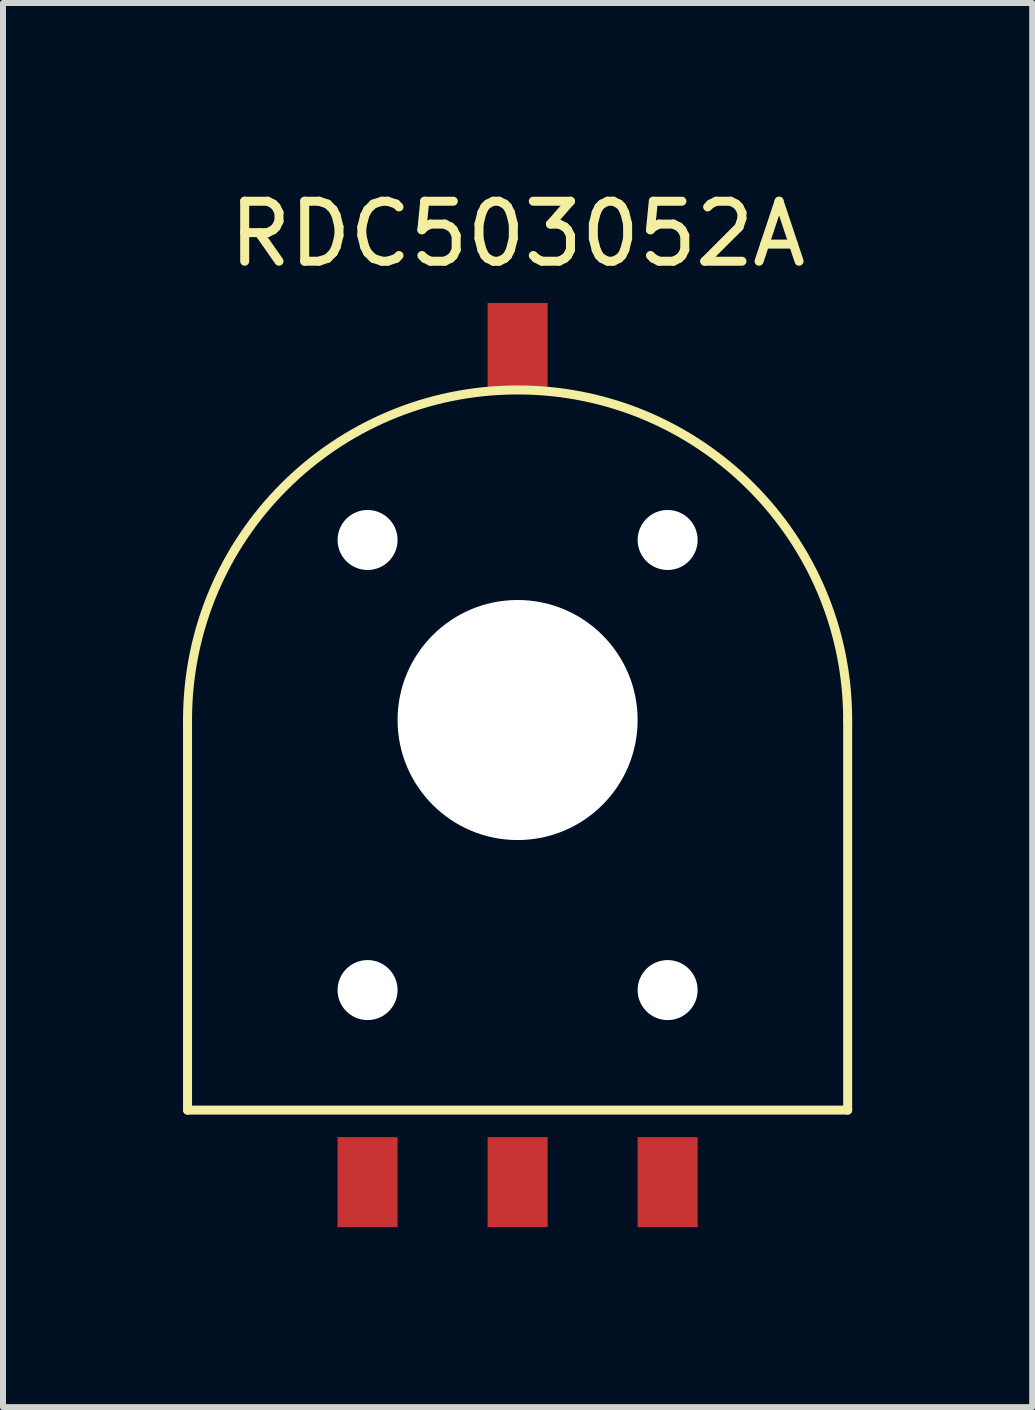
<source format=kicad_pcb>
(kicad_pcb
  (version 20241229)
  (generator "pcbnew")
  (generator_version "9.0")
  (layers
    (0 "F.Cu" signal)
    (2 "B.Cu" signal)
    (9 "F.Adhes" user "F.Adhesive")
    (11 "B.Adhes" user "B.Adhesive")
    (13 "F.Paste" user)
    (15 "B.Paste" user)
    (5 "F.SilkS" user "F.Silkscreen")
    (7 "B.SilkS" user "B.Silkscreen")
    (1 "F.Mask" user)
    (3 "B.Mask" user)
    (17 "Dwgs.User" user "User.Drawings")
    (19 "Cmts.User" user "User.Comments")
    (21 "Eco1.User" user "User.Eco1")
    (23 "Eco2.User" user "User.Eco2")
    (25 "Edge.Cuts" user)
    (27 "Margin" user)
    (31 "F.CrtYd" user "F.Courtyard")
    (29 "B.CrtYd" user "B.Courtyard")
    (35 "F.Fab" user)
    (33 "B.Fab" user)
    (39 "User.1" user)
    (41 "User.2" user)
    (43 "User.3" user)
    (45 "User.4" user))
  (footprint "RDC503052A"
    (layer "F.Cu")
    (at 5.575 8.948)
    (property "Reference" "RDC503052A" (at 0 -8.1 0) (layer "F.SilkS") (effects (font (size 1 1) (thickness 0.15))))
    (attr through_hole)
    (fp_line (start -5.5 6.5) (end -5.5 0) (stroke (width 0.15) (type solid)) (layer "F.SilkS"))
    (fp_line (start 5.5 0) (end 5.5 6.5) (stroke (width 0.15) (type solid)) (layer "F.SilkS"))
    (fp_line (start 5.5 6.5) (end -5.5 6.5) (stroke (width 0.15) (type solid)) (layer "F.SilkS"))
    (fp_arc (start -5.5 0) (mid 0 -5.5) (end 5.5 0) (stroke (width 0.15) (type solid)) (layer "F.SilkS"))
    (pad "" np_thru_hole circle (at -2.5 -3) (size 1 1) (drill 1) (layers "*.Cu" "*.Mask"))
    (pad "" np_thru_hole circle (at -2.5 4.5) (size 1 1) (drill 1) (layers "*.Cu" "*.Mask"))
    (pad "" np_thru_hole circle (at 0 0) (size 4 4) (drill 4) (layers "*.Cu" "*.Mask"))
    (pad "" np_thru_hole circle (at 2.5 -3) (size 1 1) (drill 1) (layers "*.Cu" "*.Mask"))
    (pad "" np_thru_hole circle (at 2.5 4.5) (size 1 1) (drill 1) (layers "*.Cu" "*.Mask"))
    (pad "1" smd rect (at -2.5 7.7) (size 1 1.5) (layers "F.Cu" "F.Mask" "F.Paste"))
    (pad "2" smd rect (at 0 -6.2) (size 1 1.5) (layers "F.Cu" "F.Mask" "F.Paste"))
    (pad "2" smd rect (at 0 7.7) (size 1 1.5) (layers "F.Cu" "F.Mask" "F.Paste"))
    (pad "3" smd rect (at 2.5 7.7) (size 1 1.5) (layers "F.Cu" "F.Mask" "F.Paste")))
  (gr_rect
    (start -3 -3)
    (end 14.15 20.398)
    (stroke (width 0.1) (type default))
    (fill no)
    (layer "Edge.Cuts")))
</source>
